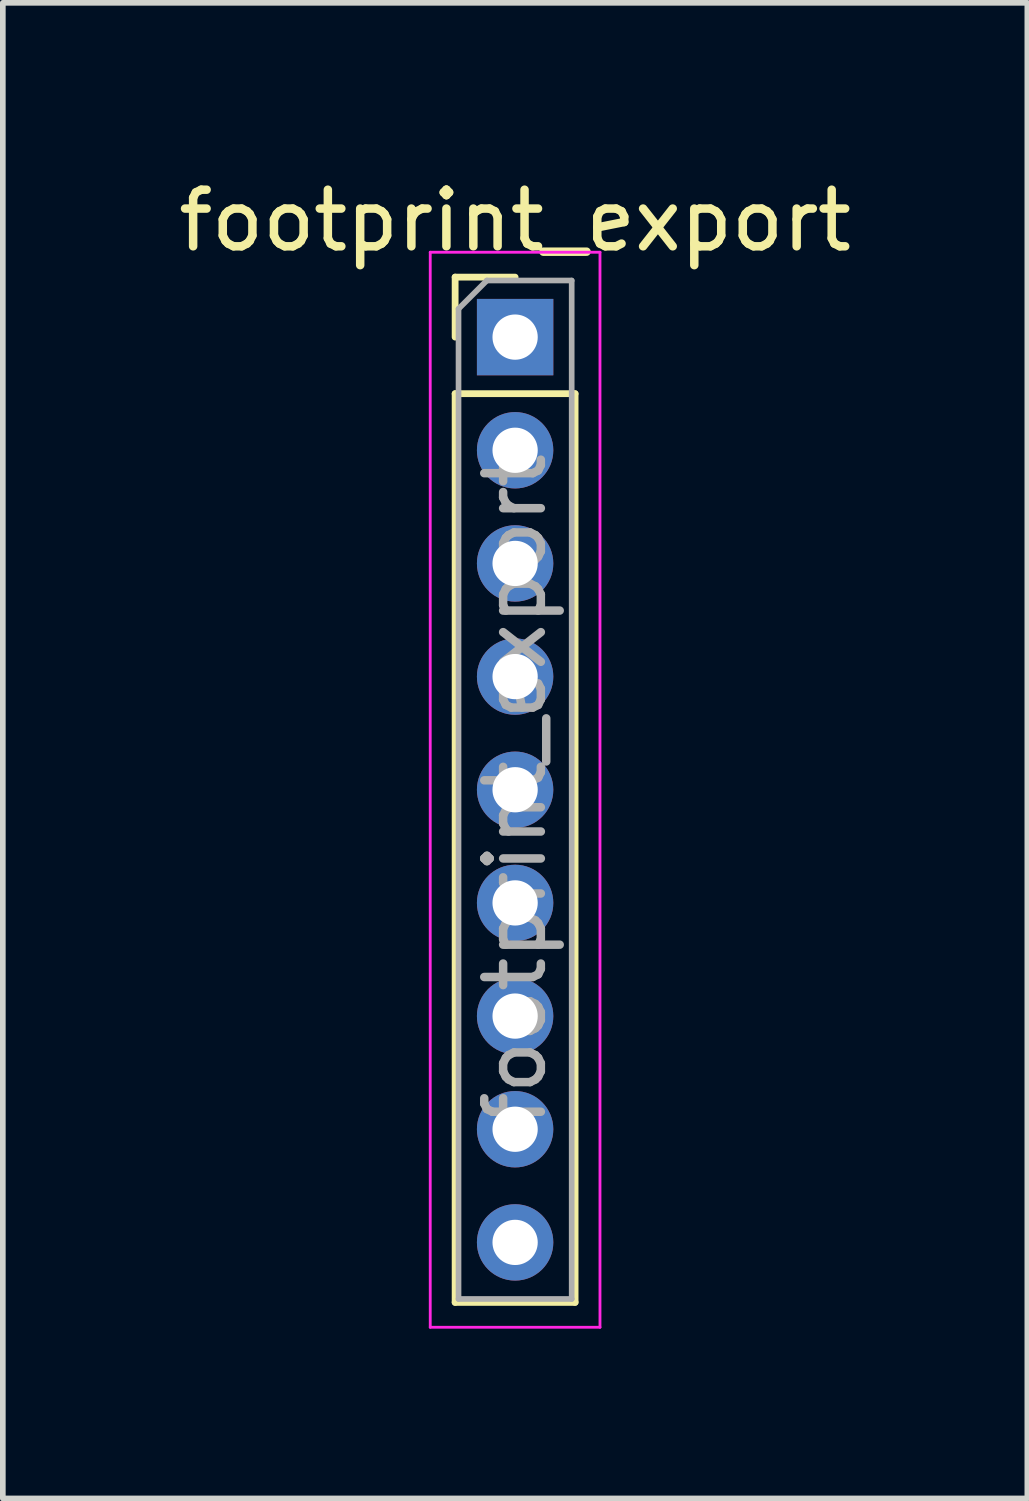
<source format=kicad_pcb>
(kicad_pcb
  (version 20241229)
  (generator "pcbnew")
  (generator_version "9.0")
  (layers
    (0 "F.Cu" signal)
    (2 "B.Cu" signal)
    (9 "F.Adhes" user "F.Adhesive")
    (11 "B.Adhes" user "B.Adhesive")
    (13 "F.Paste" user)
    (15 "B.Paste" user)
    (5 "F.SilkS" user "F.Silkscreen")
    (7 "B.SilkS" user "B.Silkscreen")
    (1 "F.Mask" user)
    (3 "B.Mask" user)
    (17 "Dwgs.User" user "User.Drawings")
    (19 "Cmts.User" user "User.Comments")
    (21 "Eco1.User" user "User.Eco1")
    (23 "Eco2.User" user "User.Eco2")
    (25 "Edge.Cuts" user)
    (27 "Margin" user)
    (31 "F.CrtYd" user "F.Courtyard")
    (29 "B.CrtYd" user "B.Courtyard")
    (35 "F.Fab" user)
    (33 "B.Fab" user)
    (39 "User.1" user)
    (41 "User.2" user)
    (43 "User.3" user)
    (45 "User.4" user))
  (footprint "footprint_export"
    (layer "F.Cu")
    (at 6.054 2.908)
    (property "Reference" "footprint_export" (at 0 -2.06 0) (layer "F.SilkS") (effects (font (size 1 1) (thickness 0.15))))
    (attr through_hole)
    (fp_line (start -1.06 -1.06) (end 0 -1.06) (stroke (width 0.12) (type solid)) (layer "F.SilkS"))
    (fp_line (start -1.06 0) (end -1.06 -1.06) (stroke (width 0.12) (type solid)) (layer "F.SilkS"))
    (fp_line (start -1.06 1) (end -1.06 17.06) (stroke (width 0.12) (type solid)) (layer "F.SilkS"))
    (fp_line (start -1.06 1) (end 1.06 1) (stroke (width 0.12) (type solid)) (layer "F.SilkS"))
    (fp_line (start -1.06 17.06) (end 1.06 17.06) (stroke (width 0.12) (type solid)) (layer "F.SilkS"))
    (fp_line (start 1.06 1) (end 1.06 17.06) (stroke (width 0.12) (type solid)) (layer "F.SilkS"))
    (fp_line (start -1.5 -1.5) (end -1.5 17.5) (stroke (width 0.05) (type solid)) (layer "F.CrtYd"))
    (fp_line (start -1.5 17.5) (end 1.5 17.5) (stroke (width 0.05) (type solid)) (layer "F.CrtYd"))
    (fp_line (start 1.5 -1.5) (end -1.5 -1.5) (stroke (width 0.05) (type solid)) (layer "F.CrtYd"))
    (fp_line (start 1.5 17.5) (end 1.5 -1.5) (stroke (width 0.05) (type solid)) (layer "F.CrtYd"))
    (fp_line (start -1 -0.5) (end -0.5 -1) (stroke (width 0.1) (type solid)) (layer "F.Fab"))
    (fp_line (start -1 17) (end -1 -0.5) (stroke (width 0.1) (type solid)) (layer "F.Fab"))
    (fp_line (start -0.5 -1) (end 1 -1) (stroke (width 0.1) (type solid)) (layer "F.Fab"))
    (fp_line (start 1 -1) (end 1 17) (stroke (width 0.1) (type solid)) (layer "F.Fab"))
    (fp_line (start 1 17) (end -1 17) (stroke (width 0.1) (type solid)) (layer "F.Fab"))
    (fp_text user "${REFERENCE}" (at 0 8 90) (layer "F.Fab") (effects (font (size 1 1) (thickness 0.15))))
    (pad "1" thru_hole rect (at 0 0) (size 1.35 1.35) (drill 0.8) (layers "*.Cu" "*.Mask"))
    (pad "2" thru_hole oval (at 0 2) (size 1.35 1.35) (drill 0.8) (layers "*.Cu" "*.Mask"))
    (pad "3" thru_hole oval (at 0 4) (size 1.35 1.35) (drill 0.8) (layers "*.Cu" "*.Mask"))
    (pad "4" thru_hole oval (at 0 6) (size 1.35 1.35) (drill 0.8) (layers "*.Cu" "*.Mask"))
    (pad "5" thru_hole oval (at 0 8) (size 1.35 1.35) (drill 0.8) (layers "*.Cu" "*.Mask"))
    (pad "6" thru_hole oval (at 0 10) (size 1.35 1.35) (drill 0.8) (layers "*.Cu" "*.Mask"))
    (pad "7" thru_hole oval (at 0 12) (size 1.35 1.35) (drill 0.8) (layers "*.Cu" "*.Mask"))
    (pad "8" thru_hole oval (at 0 14) (size 1.35 1.35) (drill 0.8) (layers "*.Cu" "*.Mask"))
    (pad "9" thru_hole oval (at 0 16) (size 1.35 1.35) (drill 0.8) (layers "*.Cu" "*.Mask")))
  (gr_rect
    (start -3 -3)
    (end 15.107 23.433)
    (stroke (width 0.1) (type default))
    (fill no)
    (layer "Edge.Cuts")))
</source>
